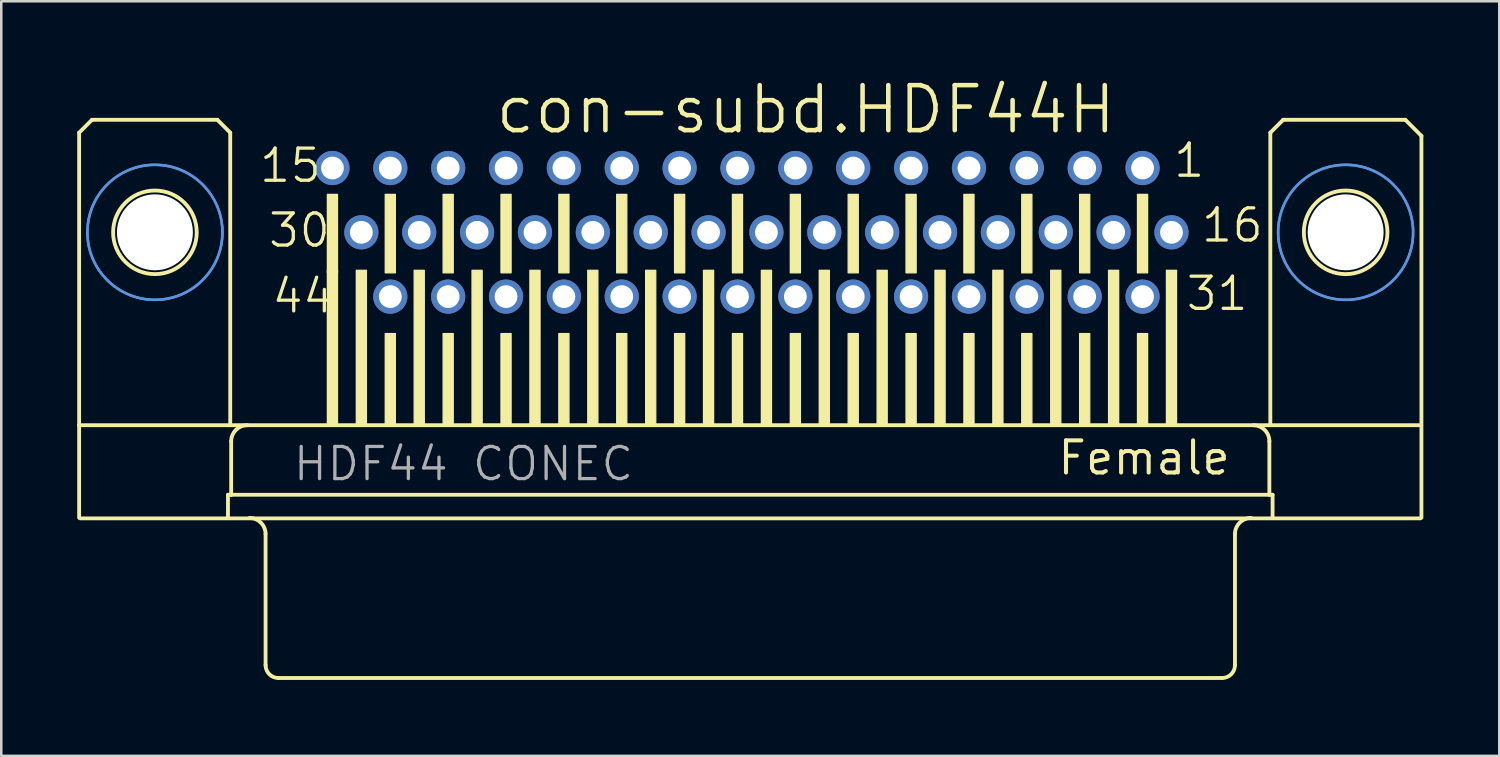
<source format=kicad_pcb>
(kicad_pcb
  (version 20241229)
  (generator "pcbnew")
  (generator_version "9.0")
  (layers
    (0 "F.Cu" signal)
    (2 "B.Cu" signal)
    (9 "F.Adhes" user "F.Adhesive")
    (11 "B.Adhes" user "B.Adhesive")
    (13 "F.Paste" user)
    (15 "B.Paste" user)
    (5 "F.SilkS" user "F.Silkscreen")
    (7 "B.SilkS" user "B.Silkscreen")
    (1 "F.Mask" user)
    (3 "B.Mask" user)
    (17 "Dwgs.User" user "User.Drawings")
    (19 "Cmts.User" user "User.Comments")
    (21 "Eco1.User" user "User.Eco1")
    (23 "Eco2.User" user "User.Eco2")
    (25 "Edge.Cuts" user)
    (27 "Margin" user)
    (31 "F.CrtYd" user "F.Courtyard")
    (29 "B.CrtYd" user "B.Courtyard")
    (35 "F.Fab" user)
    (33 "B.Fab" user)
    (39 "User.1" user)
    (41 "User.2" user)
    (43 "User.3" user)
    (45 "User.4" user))
  (footprint "con-subd.HDF44H"
    (layer "F.Cu")
    (at 26.59 6.128)
    (property "Reference" "con-subd.HDF44H" (at -10.16 -3.81 0) (layer "F.SilkS") (effects (font (size 1.778 1.778) (thickness 0.18)) (justify left bottom)))
    (attr through_hole)
    (fp_line (start -26.514 -3.937) (end -26.514 7.62) (stroke (width 0.152) (type default)) (layer "F.SilkS"))
    (fp_line (start -26.514 11.276) (end -26.514 7.62) (stroke (width 0.152) (type default)) (layer "F.SilkS"))
    (fp_line (start -26.47 11.3) (end 26.47 11.3) (stroke (width 0.152) (type default)) (layer "F.SilkS"))
    (fp_line (start -26.006 -4.445) (end -26.514 -3.937) (stroke (width 0.152) (type default)) (layer "F.SilkS"))
    (fp_line (start -21.053 -4.445) (end -26.006 -4.445) (stroke (width 0.152) (type default)) (layer "F.SilkS"))
    (fp_line (start -20.634 10.368) (end -20.634 11.276) (stroke (width 0.152) (type default)) (layer "F.SilkS"))
    (fp_line (start -20.545 -3.937) (end -21.053 -4.445) (stroke (width 0.152) (type default)) (layer "F.SilkS"))
    (fp_line (start -20.545 -3.937) (end -20.545 7.62) (stroke (width 0.152) (type default)) (layer "F.SilkS"))
    (fp_line (start -20.507 8.255) (end -20.507 10.368) (stroke (width 0.152) (type default)) (layer "F.SilkS"))
    (fp_line (start -20.507 10.368) (end -20.634 10.368) (stroke (width 0.152) (type default)) (layer "F.SilkS"))
    (fp_line (start -19.148 11.919) (end -19.148 17.099) (stroke (width 0.152) (type default)) (layer "F.SilkS"))
    (fp_line (start 18.64 17.607) (end -18.64 17.607) (stroke (width 0.152) (type default)) (layer "F.SilkS"))
    (fp_line (start 19.148 11.919) (end 19.148 17.099) (stroke (width 0.152) (type default)) (layer "F.SilkS"))
    (fp_line (start 20.507 8.255) (end 20.507 10.368) (stroke (width 0.152) (type default)) (layer "F.SilkS"))
    (fp_line (start 20.507 10.368) (end -20.507 10.368) (stroke (width 0.152) (type default)) (layer "F.SilkS"))
    (fp_line (start 20.545 -3.937) (end 20.545 7.62) (stroke (width 0.152) (type default)) (layer "F.SilkS"))
    (fp_line (start 20.634 10.368) (end 20.507 10.368) (stroke (width 0.152) (type default)) (layer "F.SilkS"))
    (fp_line (start 20.634 10.368) (end 20.634 11.276) (stroke (width 0.152) (type default)) (layer "F.SilkS"))
    (fp_line (start 21.053 -4.445) (end 20.545 -3.937) (stroke (width 0.152) (type default)) (layer "F.SilkS"))
    (fp_line (start 21.053 -4.445) (end 25.879 -4.445) (stroke (width 0.152) (type default)) (layer "F.SilkS"))
    (fp_line (start 25.879 -4.445) (end 26.514 -3.81) (stroke (width 0.152) (type default)) (layer "F.SilkS"))
    (fp_line (start 26.426 7.62) (end -26.514 7.62) (stroke (width 0.152) (type default)) (layer "F.SilkS"))
    (fp_line (start 26.514 -3.81) (end 26.514 11.276) (stroke (width 0.152) (type default)) (layer "F.SilkS"))
    (fp_rect (start -16.707 1.6) (end -16.307 -1.5) (stroke (width 0.05) (type default)) (fill yes) (layer "F.SilkS"))
    (fp_rect (start -16.707 7.6) (end -16.307 1.5) (stroke (width 0.05) (type default)) (fill yes) (layer "F.SilkS"))
    (fp_rect (start -15.564 7.6) (end -15.164 1.5) (stroke (width 0.05) (type default)) (fill yes) (layer "F.SilkS"))
    (fp_rect (start -14.421 1.6) (end -14.021 -1.5) (stroke (width 0.05) (type default)) (fill yes) (layer "F.SilkS"))
    (fp_rect (start -14.421 7.6) (end -14.021 4) (stroke (width 0.05) (type default)) (fill yes) (layer "F.SilkS"))
    (fp_rect (start -13.278 7.6) (end -12.878 1.5) (stroke (width 0.05) (type default)) (fill yes) (layer "F.SilkS"))
    (fp_rect (start -12.135 1.6) (end -11.735 -1.5) (stroke (width 0.05) (type default)) (fill yes) (layer "F.SilkS"))
    (fp_rect (start -12.135 7.6) (end -11.735 4) (stroke (width 0.05) (type default)) (fill yes) (layer "F.SilkS"))
    (fp_rect (start -10.992 7.6) (end -10.592 1.5) (stroke (width 0.05) (type default)) (fill yes) (layer "F.SilkS"))
    (fp_rect (start -9.849 1.6) (end -9.449 -1.5) (stroke (width 0.05) (type default)) (fill yes) (layer "F.SilkS"))
    (fp_rect (start -9.849 7.6) (end -9.449 4) (stroke (width 0.05) (type default)) (fill yes) (layer "F.SilkS"))
    (fp_rect (start -8.706 7.6) (end -8.306 1.5) (stroke (width 0.05) (type default)) (fill yes) (layer "F.SilkS"))
    (fp_rect (start -7.563 1.6) (end -7.163 -1.5) (stroke (width 0.05) (type default)) (fill yes) (layer "F.SilkS"))
    (fp_rect (start -7.563 7.6) (end -7.163 4) (stroke (width 0.05) (type default)) (fill yes) (layer "F.SilkS"))
    (fp_rect (start -6.42 7.6) (end -6.02 1.5) (stroke (width 0.05) (type default)) (fill yes) (layer "F.SilkS"))
    (fp_rect (start -5.277 1.6) (end -4.877 -1.5) (stroke (width 0.05) (type default)) (fill yes) (layer "F.SilkS"))
    (fp_rect (start -5.277 7.6) (end -4.877 4) (stroke (width 0.05) (type default)) (fill yes) (layer "F.SilkS"))
    (fp_rect (start -4.134 7.6) (end -3.734 1.5) (stroke (width 0.05) (type default)) (fill yes) (layer "F.SilkS"))
    (fp_rect (start -2.991 1.6) (end -2.591 -1.5) (stroke (width 0.05) (type default)) (fill yes) (layer "F.SilkS"))
    (fp_rect (start -2.991 7.6) (end -2.591 4) (stroke (width 0.05) (type default)) (fill yes) (layer "F.SilkS"))
    (fp_rect (start -1.848 7.6) (end -1.448 1.5) (stroke (width 0.05) (type default)) (fill yes) (layer "F.SilkS"))
    (fp_rect (start -0.705 1.6) (end -0.305 -1.5) (stroke (width 0.05) (type default)) (fill yes) (layer "F.SilkS"))
    (fp_rect (start -0.705 7.6) (end -0.305 4) (stroke (width 0.05) (type default)) (fill yes) (layer "F.SilkS"))
    (fp_rect (start 0.438 7.6) (end 0.838 1.5) (stroke (width 0.05) (type default)) (fill yes) (layer "F.SilkS"))
    (fp_rect (start 1.581 1.6) (end 1.981 -1.5) (stroke (width 0.05) (type default)) (fill yes) (layer "F.SilkS"))
    (fp_rect (start 1.581 7.6) (end 1.981 4) (stroke (width 0.05) (type default)) (fill yes) (layer "F.SilkS"))
    (fp_rect (start 2.724 7.6) (end 3.124 1.5) (stroke (width 0.05) (type default)) (fill yes) (layer "F.SilkS"))
    (fp_rect (start 3.867 1.6) (end 4.267 -1.5) (stroke (width 0.05) (type default)) (fill yes) (layer "F.SilkS"))
    (fp_rect (start 3.867 7.6) (end 4.267 4) (stroke (width 0.05) (type default)) (fill yes) (layer "F.SilkS"))
    (fp_rect (start 5.01 7.6) (end 5.41 1.5) (stroke (width 0.05) (type default)) (fill yes) (layer "F.SilkS"))
    (fp_rect (start 6.153 1.6) (end 6.553 -1.5) (stroke (width 0.05) (type default)) (fill yes) (layer "F.SilkS"))
    (fp_rect (start 6.153 7.6) (end 6.553 4) (stroke (width 0.05) (type default)) (fill yes) (layer "F.SilkS"))
    (fp_rect (start 7.296 7.6) (end 7.696 1.5) (stroke (width 0.05) (type default)) (fill yes) (layer "F.SilkS"))
    (fp_rect (start 8.439 1.6) (end 8.839 -1.5) (stroke (width 0.05) (type default)) (fill yes) (layer "F.SilkS"))
    (fp_rect (start 8.439 7.6) (end 8.839 4) (stroke (width 0.05) (type default)) (fill yes) (layer "F.SilkS"))
    (fp_rect (start 9.582 7.6) (end 9.982 1.5) (stroke (width 0.05) (type default)) (fill yes) (layer "F.SilkS"))
    (fp_rect (start 10.725 1.6) (end 11.125 -1.5) (stroke (width 0.05) (type default)) (fill yes) (layer "F.SilkS"))
    (fp_rect (start 10.725 7.6) (end 11.125 4) (stroke (width 0.05) (type default)) (fill yes) (layer "F.SilkS"))
    (fp_rect (start 11.868 7.6) (end 12.268 1.5) (stroke (width 0.05) (type default)) (fill yes) (layer "F.SilkS"))
    (fp_rect (start 13.011 1.6) (end 13.411 -1.5) (stroke (width 0.05) (type default)) (fill yes) (layer "F.SilkS"))
    (fp_rect (start 13.011 7.6) (end 13.411 4) (stroke (width 0.05) (type default)) (fill yes) (layer "F.SilkS"))
    (fp_rect (start 14.154 7.6) (end 14.554 1.5) (stroke (width 0.05) (type default)) (fill yes) (layer "F.SilkS"))
    (fp_rect (start 15.297 1.6) (end 15.697 -1.5) (stroke (width 0.05) (type default)) (fill yes) (layer "F.SilkS"))
    (fp_rect (start 15.297 7.6) (end 15.697 4) (stroke (width 0.05) (type default)) (fill yes) (layer "F.SilkS"))
    (fp_rect (start 16.44 7.6) (end 16.84 1.5) (stroke (width 0.05) (type default)) (fill yes) (layer "F.SilkS"))
    (fp_arc (start -20.507 8.255) (mid -20.321013 7.805987) (end -19.872 7.62) (stroke (width 0.1524) (type default)) (layer "F.SilkS"))
    (fp_arc (start -19.783 11.284) (mid -19.333987 11.469987) (end -19.148 11.919) (stroke (width 0.1524) (type default)) (layer "F.SilkS"))
    (fp_arc (start -18.64 17.607) (mid -18.99921 17.45821) (end -19.148 17.099) (stroke (width 0.1524) (type default)) (layer "F.SilkS"))
    (fp_arc (start 19.148 11.919) (mid 19.333987 11.469987) (end 19.783 11.284) (stroke (width 0.1524) (type default)) (layer "F.SilkS"))
    (fp_arc (start 19.148 17.099) (mid 18.99921 17.45821) (end 18.64 17.607) (stroke (width 0.1524) (type default)) (layer "F.SilkS"))
    (fp_arc (start 19.872 7.62) (mid 20.321013 7.805987) (end 20.507 8.255) (stroke (width 0.1524) (type default)) (layer "F.SilkS"))
    (fp_circle (center -23.52 0) (end -21.869 0) (stroke (width 0.152) (type default)) (fill no) (layer "F.SilkS"))
    (fp_circle (center 23.52 0) (end 25.171 0) (stroke (width 0.152) (type default)) (fill no) (layer "F.SilkS"))
    (fp_circle (center -23.52 0) (end -20.853 0) (stroke (width 0.1) (type default)) (fill no) (layer "Cmts.User"))
    (fp_circle (center -23.52 0) (end -20.853 0) (stroke (width 0.1) (type default)) (fill no) (layer "Cmts.User"))
    (fp_circle (center 23.52 0) (end 26.187 0) (stroke (width 0.1) (type default)) (fill no) (layer "Cmts.User"))
    (fp_circle (center 23.52 0) (end 26.187 0) (stroke (width 0.1) (type default)) (fill no) (layer "Cmts.User"))
    (fp_text user "31" (at 17.148 3.165 0) (layer "F.SilkS") (effects (font (size 1.27 1.27) (thickness 0.13)) (justify left bottom)))
    (fp_text user "1" (at 16.648 -2.095 0) (layer "F.SilkS") (effects (font (size 1.27 1.27) (thickness 0.13)) (justify left bottom)))
    (fp_text user "44" (at -18.969 3.265 0) (layer "F.SilkS") (effects (font (size 1.27 1.27) (thickness 0.13)) (justify left bottom)))
    (fp_text user "15" (at -19.464 -1.895 0) (layer "F.SilkS") (effects (font (size 1.27 1.27) (thickness 0.13)) (justify left bottom)))
    (fp_text user "Female" (at 12.065 9.652 0) (layer "F.SilkS") (effects (font (size 1.27 1.27) (thickness 0.16)) (justify left bottom)))
    (fp_text user "16" (at 17.748 0.465 0) (layer "F.SilkS") (effects (font (size 1.27 1.27) (thickness 0.13)) (justify left bottom)))
    (fp_text user "30" (at -19.107 0.665 0) (layer "F.SilkS") (effects (font (size 1.27 1.27) (thickness 0.13)) (justify left bottom)))
    (fp_text user "HDF44 CONEC" (at -18.129 9.891 0) (layer "F.Fab") (effects (font (size 1.27 1.27) (thickness 0.13)) (justify left bottom)))
    (pad "" np_thru_hole circle (at -23.52 0) (size 3 3) (drill 3) (layers "*.Cu" "*.Mask"))
    (pad "" np_thru_hole circle (at 23.52 0) (size 3 3) (drill 3) (layers "*.Cu" "*.Mask"))
    (pad "1" thru_hole circle (at 15.497 -2.54) (size 1.35 1.35) (drill 0.9) (layers "*.Cu" "*.Mask"))
    (pad "2" thru_hole circle (at 13.211 -2.54) (size 1.35 1.35) (drill 0.9) (layers "*.Cu" "*.Mask"))
    (pad "3" thru_hole circle (at 10.925 -2.54) (size 1.35 1.35) (drill 0.9) (layers "*.Cu" "*.Mask"))
    (pad "4" thru_hole circle (at 8.639 -2.54) (size 1.35 1.35) (drill 0.9) (layers "*.Cu" "*.Mask"))
    (pad "5" thru_hole circle (at 6.353 -2.54) (size 1.35 1.35) (drill 0.9) (layers "*.Cu" "*.Mask"))
    (pad "6" thru_hole circle (at 4.067 -2.54) (size 1.35 1.35) (drill 0.9) (layers "*.Cu" "*.Mask"))
    (pad "7" thru_hole circle (at 1.781 -2.54) (size 1.35 1.35) (drill 0.9) (layers "*.Cu" "*.Mask"))
    (pad "8" thru_hole circle (at -0.505 -2.54) (size 1.35 1.35) (drill 0.9) (layers "*.Cu" "*.Mask"))
    (pad "9" thru_hole circle (at -2.791 -2.54) (size 1.35 1.35) (drill 0.9) (layers "*.Cu" "*.Mask"))
    (pad "10" thru_hole circle (at -5.077 -2.54) (size 1.35 1.35) (drill 0.9) (layers "*.Cu" "*.Mask"))
    (pad "11" thru_hole circle (at -7.363 -2.54) (size 1.35 1.35) (drill 0.9) (layers "*.Cu" "*.Mask"))
    (pad "12" thru_hole circle (at -9.649 -2.54) (size 1.35 1.35) (drill 0.9) (layers "*.Cu" "*.Mask"))
    (pad "13" thru_hole circle (at -11.935 -2.54) (size 1.35 1.35) (drill 0.9) (layers "*.Cu" "*.Mask"))
    (pad "14" thru_hole circle (at -14.221 -2.54) (size 1.35 1.35) (drill 0.9) (layers "*.Cu" "*.Mask"))
    (pad "15" thru_hole circle (at -16.507 -2.54) (size 1.35 1.35) (drill 0.9) (layers "*.Cu" "*.Mask"))
    (pad "16" thru_hole circle (at 16.64 0) (size 1.35 1.35) (drill 0.9) (layers "*.Cu" "*.Mask"))
    (pad "17" thru_hole circle (at 14.354 0) (size 1.35 1.35) (drill 0.9) (layers "*.Cu" "*.Mask"))
    (pad "18" thru_hole circle (at 12.068 0) (size 1.35 1.35) (drill 0.9) (layers "*.Cu" "*.Mask"))
    (pad "19" thru_hole circle (at 9.782 0) (size 1.35 1.35) (drill 0.9) (layers "*.Cu" "*.Mask"))
    (pad "20" thru_hole circle (at 7.496 0) (size 1.35 1.35) (drill 0.9) (layers "*.Cu" "*.Mask"))
    (pad "21" thru_hole circle (at 5.21 0) (size 1.35 1.35) (drill 0.9) (layers "*.Cu" "*.Mask"))
    (pad "22" thru_hole circle (at 2.924 0) (size 1.35 1.35) (drill 0.9) (layers "*.Cu" "*.Mask"))
    (pad "23" thru_hole circle (at 0.638 0) (size 1.35 1.35) (drill 0.9) (layers "*.Cu" "*.Mask"))
    (pad "24" thru_hole circle (at -1.648 0) (size 1.35 1.35) (drill 0.9) (layers "*.Cu" "*.Mask"))
    (pad "25" thru_hole circle (at -3.934 0) (size 1.35 1.35) (drill 0.9) (layers "*.Cu" "*.Mask"))
    (pad "26" thru_hole circle (at -6.22 0) (size 1.35 1.35) (drill 0.9) (layers "*.Cu" "*.Mask"))
    (pad "27" thru_hole circle (at -8.506 0) (size 1.35 1.35) (drill 0.9) (layers "*.Cu" "*.Mask"))
    (pad "28" thru_hole circle (at -10.792 0) (size 1.35 1.35) (drill 0.9) (layers "*.Cu" "*.Mask"))
    (pad "29" thru_hole circle (at -13.078 0) (size 1.35 1.35) (drill 0.9) (layers "*.Cu" "*.Mask"))
    (pad "30" thru_hole circle (at -15.364 0) (size 1.35 1.35) (drill 0.9) (layers "*.Cu" "*.Mask"))
    (pad "31" thru_hole circle (at 15.497 2.54) (size 1.35 1.35) (drill 0.9) (layers "*.Cu" "*.Mask"))
    (pad "32" thru_hole circle (at 13.211 2.54) (size 1.35 1.35) (drill 0.9) (layers "*.Cu" "*.Mask"))
    (pad "33" thru_hole circle (at 10.925 2.54) (size 1.35 1.35) (drill 0.9) (layers "*.Cu" "*.Mask"))
    (pad "34" thru_hole circle (at 8.639 2.54) (size 1.35 1.35) (drill 0.9) (layers "*.Cu" "*.Mask"))
    (pad "35" thru_hole circle (at 6.353 2.54) (size 1.35 1.35) (drill 0.9) (layers "*.Cu" "*.Mask"))
    (pad "36" thru_hole circle (at 4.067 2.54) (size 1.35 1.35) (drill 0.9) (layers "*.Cu" "*.Mask"))
    (pad "37" thru_hole circle (at 1.781 2.54) (size 1.35 1.35) (drill 0.9) (layers "*.Cu" "*.Mask"))
    (pad "38" thru_hole circle (at -0.505 2.54) (size 1.35 1.35) (drill 0.9) (layers "*.Cu" "*.Mask"))
    (pad "39" thru_hole circle (at -2.791 2.54) (size 1.35 1.35) (drill 0.9) (layers "*.Cu" "*.Mask"))
    (pad "40" thru_hole circle (at -5.077 2.54) (size 1.35 1.35) (drill 0.9) (layers "*.Cu" "*.Mask"))
    (pad "41" thru_hole circle (at -7.363 2.54) (size 1.35 1.35) (drill 0.9) (layers "*.Cu" "*.Mask"))
    (pad "42" thru_hole circle (at -9.649 2.54) (size 1.35 1.35) (drill 0.9) (layers "*.Cu" "*.Mask"))
    (pad "43" thru_hole circle (at -11.935 2.54) (size 1.35 1.35) (drill 0.9) (layers "*.Cu" "*.Mask"))
    (pad "44" thru_hole circle (at -14.221 2.54) (size 1.35 1.35) (drill 0.9) (layers "*.Cu" "*.Mask")))
  (gr_rect
    (start -3 -3)
    (end 56.18 26.811)
    (stroke (width 0.1) (type default))
    (fill no)
    (layer "Edge.Cuts")))
</source>
